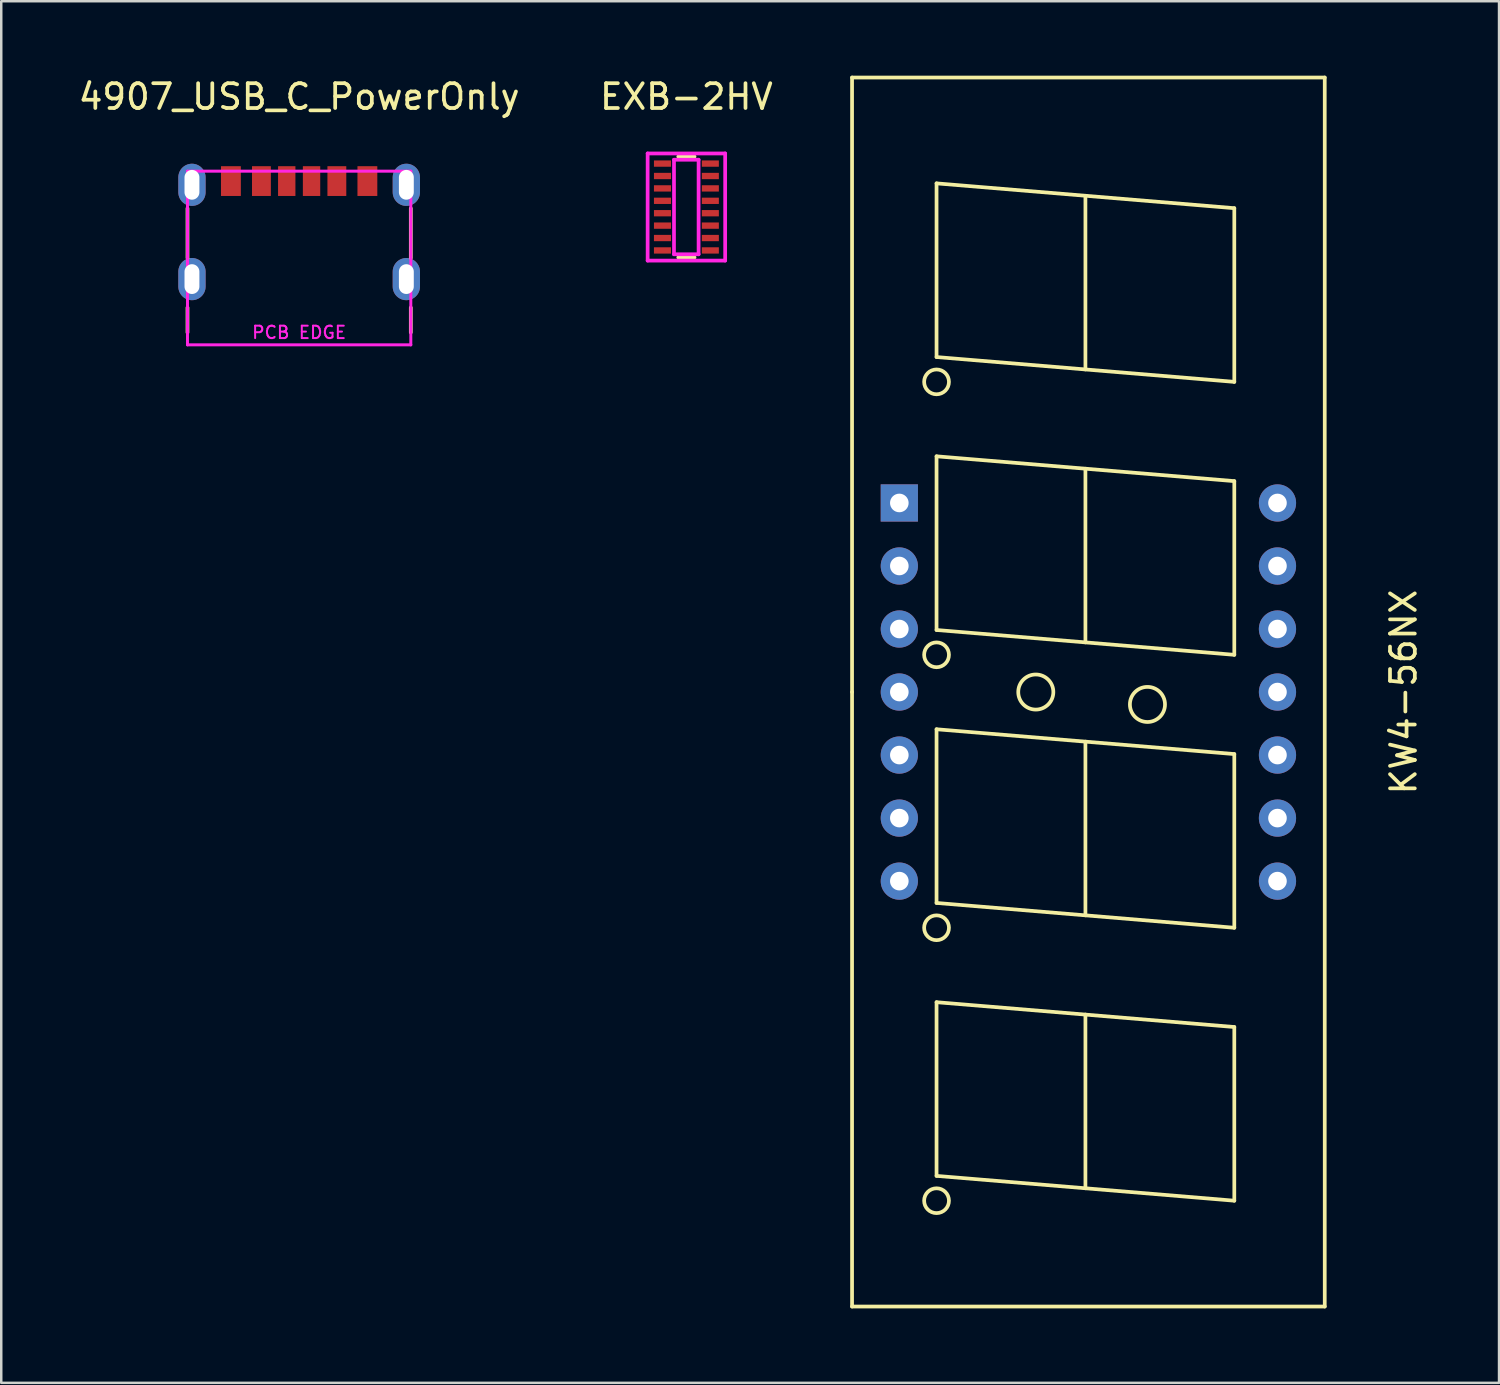
<source format=kicad_pcb>
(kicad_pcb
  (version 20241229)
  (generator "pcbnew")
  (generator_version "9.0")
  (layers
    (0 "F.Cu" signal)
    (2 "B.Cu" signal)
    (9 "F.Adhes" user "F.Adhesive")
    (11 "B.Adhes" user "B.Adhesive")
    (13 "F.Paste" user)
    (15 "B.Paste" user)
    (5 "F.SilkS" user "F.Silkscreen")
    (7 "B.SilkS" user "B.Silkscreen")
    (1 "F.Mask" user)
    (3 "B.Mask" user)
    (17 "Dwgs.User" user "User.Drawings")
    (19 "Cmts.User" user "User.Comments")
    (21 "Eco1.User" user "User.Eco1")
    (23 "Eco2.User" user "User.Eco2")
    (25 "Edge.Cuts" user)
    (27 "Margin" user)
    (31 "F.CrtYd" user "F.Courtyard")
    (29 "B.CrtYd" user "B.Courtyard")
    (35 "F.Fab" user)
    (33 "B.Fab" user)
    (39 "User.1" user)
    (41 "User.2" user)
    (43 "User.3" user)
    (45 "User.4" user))
  (footprint "EXB-2HV"
    (layer "F.Cu")
    (at 24.613 5.293)
    (property "Reference" "EXB-2HV" (at 0 -4.445 0) (layer "F.SilkS") (effects (font (size 1 1) (thickness 0.15))))
    (attr through_hole)
    (fp_line (start -0.328 2.032) (end 0.328 2.032) (stroke (width 0.15) (type solid)) (layer "F.SilkS"))
    (fp_line (start 0.328 -2.032) (end -0.328 -2.032) (stroke (width 0.15) (type solid)) (layer "F.SilkS"))
    (fp_line (start -1.562 -2.159) (end 1.562 -2.159) (stroke (width 0.15) (type solid)) (layer "F.CrtYd"))
    (fp_line (start -1.562 2.159) (end -1.562 -2.159) (stroke (width 0.15) (type solid)) (layer "F.CrtYd"))
    (fp_line (start -0.5 -1.905) (end 0.491 -1.905) (stroke (width 0.15) (type solid)) (layer "F.CrtYd"))
    (fp_line (start -0.5 1.905) (end -0.5 -1.905) (stroke (width 0.15) (type solid)) (layer "F.CrtYd"))
    (fp_line (start 0.491 -1.905) (end 0.491 1.905) (stroke (width 0.15) (type solid)) (layer "F.CrtYd"))
    (fp_line (start 0.491 1.905) (end -0.5 1.905) (stroke (width 0.15) (type solid)) (layer "F.CrtYd"))
    (fp_line (start 1.562 -2.159) (end 1.562 2.159) (stroke (width 0.15) (type solid)) (layer "F.CrtYd"))
    (fp_line (start 1.562 2.159) (end -1.562 2.159) (stroke (width 0.15) (type solid)) (layer "F.CrtYd"))
    (pad "1" smd rect (at -0.965 -1.75) (size 0.686 0.254) (layers "F.Cu" "F.Mask" "F.Paste"))
    (pad "2" smd rect (at -0.965 -1.25) (size 0.686 0.254) (layers "F.Cu" "F.Mask" "F.Paste"))
    (pad "3" smd rect (at -0.965 -0.75) (size 0.686 0.254) (layers "F.Cu" "F.Mask" "F.Paste"))
    (pad "4" smd rect (at -0.965 -0.25) (size 0.686 0.254) (layers "F.Cu" "F.Mask" "F.Paste"))
    (pad "5" smd rect (at -0.965 0.25) (size 0.686 0.254) (layers "F.Cu" "F.Mask" "F.Paste"))
    (pad "6" smd rect (at -0.965 0.75) (size 0.686 0.254) (layers "F.Cu" "F.Mask" "F.Paste"))
    (pad "7" smd rect (at -0.965 1.25) (size 0.686 0.254) (layers "F.Cu" "F.Mask" "F.Paste"))
    (pad "8" smd rect (at -0.965 1.75) (size 0.686 0.254) (layers "F.Cu" "F.Mask" "F.Paste"))
    (pad "9" smd rect (at 0.965 1.75) (size 0.686 0.254) (layers "F.Cu" "F.Mask" "F.Paste"))
    (pad "10" smd rect (at 0.965 1.25) (size 0.686 0.254) (layers "F.Cu" "F.Mask" "F.Paste"))
    (pad "11" smd rect (at 0.965 0.75) (size 0.686 0.254) (layers "F.Cu" "F.Mask" "F.Paste"))
    (pad "12" smd rect (at 0.965 0.25) (size 0.686 0.254) (layers "F.Cu" "F.Mask" "F.Paste"))
    (pad "13" smd rect (at 0.965 -0.25) (size 0.686 0.254) (layers "F.Cu" "F.Mask" "F.Paste"))
    (pad "14" smd rect (at 0.965 -0.75) (size 0.686 0.254) (layers "F.Cu" "F.Mask" "F.Paste"))
    (pad "15" smd rect (at 0.965 -1.25) (size 0.686 0.254) (layers "F.Cu" "F.Mask" "F.Paste"))
    (pad "16" smd rect (at 0.965 -1.75) (size 0.686 0.254) (layers "F.Cu" "F.Mask" "F.Paste")))
  (footprint "4907_USB_C_PowerOnly"
    (layer "F.Cu")
    (at 9.006 10.848)
    (property "Reference" "4907_USB_C_PowerOnly" (at 0 -10 0) (layer "F.SilkS") (effects (font (size 1 1) (thickness 0.15))))
    (attr through_hole)
    (fp_line (start -4.5 -5.5) (end -4.5 -3.5) (stroke (width 0.15) (type solid)) (layer "F.SilkS"))
    (fp_line (start -4.5 -1.5) (end -4.5 -0.5) (stroke (width 0.15) (type solid)) (layer "F.SilkS"))
    (fp_line (start 4.5 -5.5) (end 4.5 -3.5) (stroke (width 0.15) (type solid)) (layer "F.SilkS"))
    (fp_line (start 4.5 -1.5) (end 4.5 -0.5) (stroke (width 0.15) (type solid)) (layer "F.SilkS"))
    (fp_line (start -4.5 -7) (end 4.5 -7) (stroke (width 0.12) (type solid)) (layer "F.CrtYd"))
    (fp_line (start -4.5 0) (end -4.5 -7) (stroke (width 0.12) (type solid)) (layer "F.CrtYd"))
    (fp_line (start -4.5 0) (end 4.5 0) (stroke (width 0.12) (type solid)) (layer "F.CrtYd"))
    (fp_line (start 4.5 0) (end 4.5 -7) (stroke (width 0.12) (type solid)) (layer "F.CrtYd"))
    (fp_text user "PCB EDGE" (at 0 -0.5 0) (layer "F.CrtYd") (effects (font (size 0.5 0.5) (thickness 0.08))))
    (pad "A5" smd rect (at -0.5 -6.6) (size 0.7 1.2) (layers "F.Cu" "F.Mask" "F.Paste"))
    (pad "A9" smd rect (at 1.52 -6.6) (size 0.76 1.2) (layers "F.Cu" "F.Mask" "F.Paste"))
    (pad "A12" smd rect (at 2.75 -6.6) (size 0.8 1.2) (layers "F.Cu" "F.Mask" "F.Paste"))
    (pad "B5" smd rect (at 0.5 -6.6) (size 0.7 1.2) (layers "F.Cu" "F.Mask" "F.Paste"))
    (pad "B9" smd rect (at -1.52 -6.6) (size 0.76 1.2) (layers "F.Cu" "F.Mask" "F.Paste"))
    (pad "B12" smd rect (at -2.75 -6.6) (size 0.8 1.2) (layers "F.Cu" "F.Mask" "F.Paste"))
    (pad "S1" thru_hole oval (at -4.32 -6.45) (size 1.1 1.7) (drill oval 0.6 1.2) (layers "*.Cu" "*.Mask"))
    (pad "S1" thru_hole oval (at -4.32 -2.65) (size 1.1 1.7) (drill oval 0.6 1.2) (layers "*.Cu" "*.Mask"))
    (pad "S1" thru_hole oval (at 4.32 -6.45) (size 1.1 1.7) (drill oval 0.6 1.2) (layers "*.Cu" "*.Mask"))
    (pad "S1" thru_hole oval (at 4.32 -2.65) (size 1.1 1.7) (drill oval 0.6 1.2) (layers "*.Cu" "*.Mask")))
  (footprint "KW4-56NX"
    (layer "F.Cu")
    (at 33.194 18.49)
    (property "Reference" "KW4-56NX" (at 20.32 6.35 270) (layer "F.SilkS") (effects (font (size 1 1) (thickness 0.15))))
    (attr through_hole)
    (fp_line (start -1.905 -18.415) (end 17.145 -18.415) (stroke (width 0.15) (type solid)) (layer "F.SilkS"))
    (fp_line (start -1.905 6.35) (end -1.905 -18.415) (stroke (width 0.15) (type solid)) (layer "F.SilkS"))
    (fp_line (start -1.905 31.115) (end -1.905 6.35) (stroke (width 0.15) (type solid)) (layer "F.SilkS"))
    (fp_line (start 1.5 -14.15) (end 1.5 -7.15) (stroke (width 0.15) (type solid)) (layer "F.SilkS"))
    (fp_line (start 1.5 -7.15) (end 13.5 -6.15) (stroke (width 0.15) (type solid)) (layer "F.SilkS"))
    (fp_line (start 1.5 -3.15) (end 1.5 3.85) (stroke (width 0.15) (type solid)) (layer "F.SilkS"))
    (fp_line (start 1.5 3.85) (end 13.5 4.85) (stroke (width 0.15) (type solid)) (layer "F.SilkS"))
    (fp_line (start 1.5 7.85) (end 1.5 14.85) (stroke (width 0.15) (type solid)) (layer "F.SilkS"))
    (fp_line (start 1.5 14.85) (end 13.5 15.85) (stroke (width 0.15) (type solid)) (layer "F.SilkS"))
    (fp_line (start 1.5 18.85) (end 1.5 25.85) (stroke (width 0.15) (type solid)) (layer "F.SilkS"))
    (fp_line (start 1.5 25.85) (end 13.5 26.85) (stroke (width 0.15) (type solid)) (layer "F.SilkS"))
    (fp_line (start 7.5 -13.65) (end 7.5 -6.65) (stroke (width 0.15) (type solid)) (layer "F.SilkS"))
    (fp_line (start 7.5 -2.65) (end 7.5 4.35) (stroke (width 0.15) (type solid)) (layer "F.SilkS"))
    (fp_line (start 7.5 8.35) (end 7.5 15.35) (stroke (width 0.15) (type solid)) (layer "F.SilkS"))
    (fp_line (start 7.5 19.35) (end 7.5 26.35) (stroke (width 0.15) (type solid)) (layer "F.SilkS"))
    (fp_line (start 13.5 -13.15) (end 1.5 -14.15) (stroke (width 0.15) (type solid)) (layer "F.SilkS"))
    (fp_line (start 13.5 -6.15) (end 13.5 -13.15) (stroke (width 0.15) (type solid)) (layer "F.SilkS"))
    (fp_line (start 13.5 -2.15) (end 1.5 -3.15) (stroke (width 0.15) (type solid)) (layer "F.SilkS"))
    (fp_line (start 13.5 4.85) (end 13.5 -2.15) (stroke (width 0.15) (type solid)) (layer "F.SilkS"))
    (fp_line (start 13.5 8.85) (end 1.5 7.85) (stroke (width 0.15) (type solid)) (layer "F.SilkS"))
    (fp_line (start 13.5 15.85) (end 13.5 8.85) (stroke (width 0.15) (type solid)) (layer "F.SilkS"))
    (fp_line (start 13.5 19.85) (end 1.5 18.85) (stroke (width 0.15) (type solid)) (layer "F.SilkS"))
    (fp_line (start 13.5 26.85) (end 13.5 19.85) (stroke (width 0.15) (type solid)) (layer "F.SilkS"))
    (fp_line (start 17.145 -18.415) (end 17.145 31.115) (stroke (width 0.15) (type solid)) (layer "F.SilkS"))
    (fp_line (start 17.145 31.115) (end -1.905 31.115) (stroke (width 0.15) (type solid)) (layer "F.SilkS"))
    (fp_circle (center 1.5 -6.15) (end 1.5 -5.65) (stroke (width 0.15) (type solid)) (fill no) (layer "F.SilkS"))
    (fp_circle (center 1.5 4.85) (end 1.5 5.35) (stroke (width 0.15) (type solid)) (fill no) (layer "F.SilkS"))
    (fp_circle (center 1.5 15.85) (end 1.5 16.35) (stroke (width 0.15) (type solid)) (fill no) (layer "F.SilkS"))
    (fp_circle (center 1.5 26.85) (end 1.5 27.35) (stroke (width 0.15) (type solid)) (fill no) (layer "F.SilkS"))
    (fp_circle (center 5.5 6.35) (end 6 5.85) (stroke (width 0.15) (type solid)) (fill no) (layer "F.SilkS"))
    (fp_circle (center 10 6.85) (end 10.5 6.35) (stroke (width 0.15) (type solid)) (fill no) (layer "F.SilkS"))
    (pad "1" thru_hole rect (at 0 -1.27) (size 1.5 1.5) (drill 0.75) (layers "*.Cu" "*.Mask"))
    (pad "2" thru_hole circle (at 0 1.27) (size 1.5 1.5) (drill 0.75) (layers "*.Cu" "*.Mask"))
    (pad "3" thru_hole circle (at 0 3.81) (size 1.5 1.5) (drill 0.75) (layers "*.Cu" "*.Mask"))
    (pad "4" thru_hole circle (at 0 6.35) (size 1.5 1.5) (drill 0.75) (layers "*.Cu" "*.Mask"))
    (pad "5" thru_hole circle (at 0 8.89) (size 1.5 1.5) (drill 0.75) (layers "*.Cu" "*.Mask"))
    (pad "6" thru_hole circle (at 0 11.43) (size 1.5 1.5) (drill 0.75) (layers "*.Cu" "*.Mask"))
    (pad "7" thru_hole circle (at 0 13.97) (size 1.5 1.5) (drill 0.75) (layers "*.Cu" "*.Mask"))
    (pad "8" thru_hole circle (at 15.24 13.97) (size 1.5 1.5) (drill 0.75) (layers "*.Cu" "*.Mask"))
    (pad "9" thru_hole circle (at 15.24 11.43) (size 1.5 1.5) (drill 0.75) (layers "*.Cu" "*.Mask"))
    (pad "10" thru_hole circle (at 15.24 8.89) (size 1.5 1.5) (drill 0.75) (layers "*.Cu" "*.Mask"))
    (pad "11" thru_hole circle (at 15.24 6.35) (size 1.5 1.5) (drill 0.75) (layers "*.Cu" "*.Mask"))
    (pad "12" thru_hole circle (at 15.24 3.81) (size 1.5 1.5) (drill 0.75) (layers "*.Cu" "*.Mask"))
    (pad "13" thru_hole circle (at 15.24 1.27) (size 1.5 1.5) (drill 0.75) (layers "*.Cu" "*.Mask"))
    (pad "14" thru_hole circle (at 15.24 -1.27) (size 1.5 1.5) (drill 0.75) (layers "*.Cu" "*.Mask")))
  (gr_rect
    (start -3 -3)
    (end 57.363 52.68)
    (stroke (width 0.1) (type default))
    (fill no)
    (layer "Edge.Cuts")))
</source>
